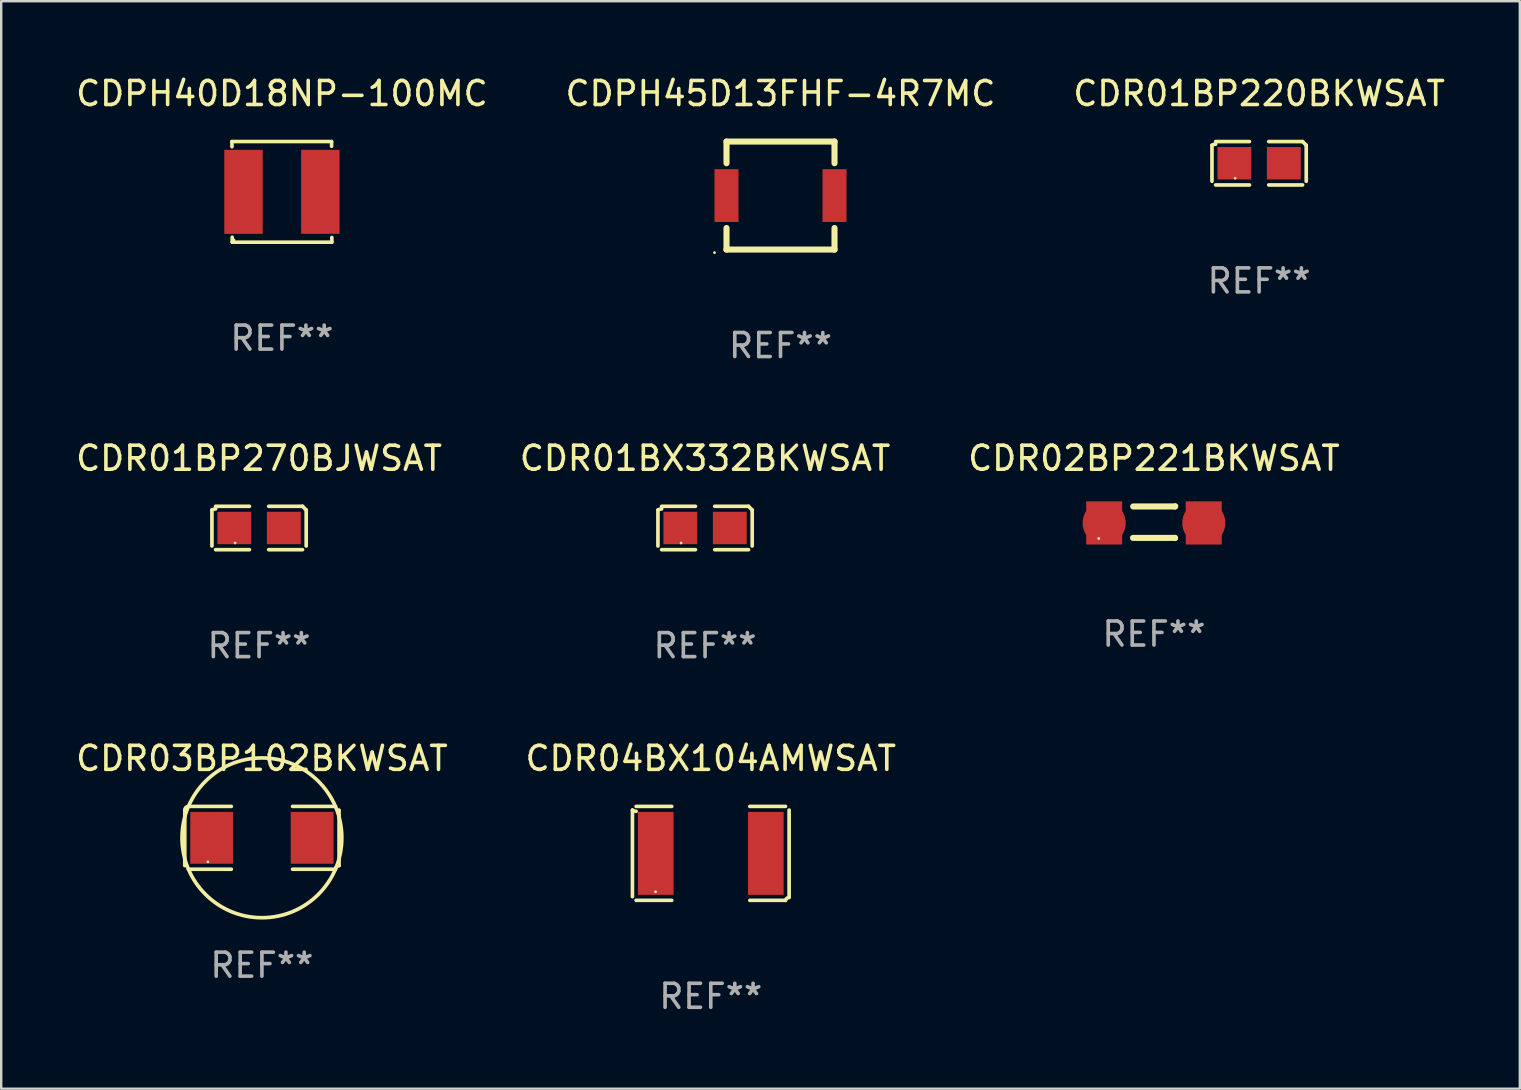
<source format=kicad_pcb>
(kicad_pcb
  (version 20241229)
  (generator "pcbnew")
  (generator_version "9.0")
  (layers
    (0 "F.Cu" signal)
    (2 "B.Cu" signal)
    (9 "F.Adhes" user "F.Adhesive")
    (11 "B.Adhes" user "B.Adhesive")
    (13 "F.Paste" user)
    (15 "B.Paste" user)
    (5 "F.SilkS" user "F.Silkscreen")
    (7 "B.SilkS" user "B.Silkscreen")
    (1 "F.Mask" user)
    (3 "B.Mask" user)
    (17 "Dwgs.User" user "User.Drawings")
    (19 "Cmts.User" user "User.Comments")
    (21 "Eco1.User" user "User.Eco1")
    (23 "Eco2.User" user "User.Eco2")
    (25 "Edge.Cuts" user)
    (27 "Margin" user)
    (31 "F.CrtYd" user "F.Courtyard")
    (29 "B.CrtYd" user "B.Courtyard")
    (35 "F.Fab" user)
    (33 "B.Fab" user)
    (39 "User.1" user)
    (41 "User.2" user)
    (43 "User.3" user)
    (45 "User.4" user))
  (footprint "CDR01BX332BKWSAT"
    (layer "F.Cu")
    (at 26.327 18.949)
    (property "Reference" "CDR01BX332BKWSAT" (at 0 -2.904 0) (layer "F.SilkS") (effects (font (size 1 1) (thickness 0.15))))
    (attr through_hole)
    (fp_line (start -1.964 0.751) (end -1.964 -0.751) (stroke (width 0.152) (type solid)) (layer "F.SilkS"))
    (fp_line (start -1.811 -0.904) (end -0.401 -0.904) (stroke (width 0.152) (type solid)) (layer "F.SilkS"))
    (fp_line (start -0.401 0.904) (end -1.811 0.904) (stroke (width 0.152) (type solid)) (layer "F.SilkS"))
    (fp_line (start 0.401 0.904) (end 1.811 0.904) (stroke (width 0.152) (type solid)) (layer "F.SilkS"))
    (fp_line (start 1.811 -0.904) (end 0.401 -0.904) (stroke (width 0.152) (type solid)) (layer "F.SilkS"))
    (fp_line (start 1.964 0.751) (end 1.964 -0.751) (stroke (width 0.152) (type solid)) (layer "F.SilkS"))
    (fp_arc (start -1.963602 -0.751207) (mid -1.890354 -0.783131) (end -1.811201 -0.794044) (stroke (width 0.1524) (type solid)) (layer "F.SilkS"))
    (fp_arc (start 1.811202 -0.903607) (mid 1.887413 -0.827418) (end 1.963602 -0.751207) (stroke (width 0.1524) (type solid)) (layer "F.SilkS"))
    (fp_circle (center -1 0.625) (end -0.97 0.625) (stroke (width 0.06) (type solid)) (fill no) (layer "F.SilkS"))
    (fp_text user "REF**" (at 0 4.904 0) (layer "F.Fab") (effects (font (size 1 1) (thickness 0.15))))
    (pad "1" smd rect (at -1.03 0) (size 1.41 1.35) (layers "F.Cu" "F.Mask" "F.Paste"))
    (pad "2" smd rect (at 1.03 0) (size 1.41 1.35) (layers "F.Cu" "F.Mask" "F.Paste")))
  (footprint "CDPH40D18NP-100MC"
    (layer "F.Cu")
    (at 8.696 4.944)
    (property "Reference" "CDPH40D18NP-100MC" (at 0 -4.096 0) (layer "F.SilkS") (effects (font (size 1 1) (thickness 0.15))))
    (attr through_hole)
    (fp_line (start -2.083 -2.096) (end -2.08 -1.88) (stroke (width 0.15) (type solid)) (layer "F.SilkS"))
    (fp_line (start -2.07 1.89) (end -2.07 2.096) (stroke (width 0.15) (type solid)) (layer "F.SilkS"))
    (fp_line (start -2.07 2.096) (end 2.083 2.096) (stroke (width 0.15) (type solid)) (layer "F.SilkS"))
    (fp_line (start 2.07 -1.9) (end 2.07 -2.096) (stroke (width 0.15) (type solid)) (layer "F.SilkS"))
    (fp_line (start 2.07 -2.096) (end -2.083 -2.096) (stroke (width 0.15) (type solid)) (layer "F.SilkS"))
    (fp_line (start 2.083 2.096) (end 2.08 1.9) (stroke (width 0.15) (type solid)) (layer "F.SilkS"))
    (fp_circle (center -2 2) (end -1.97 2) (stroke (width 0.06) (type solid)) (fill no) (layer "F.SilkS"))
    (fp_text user "REF**" (at 0 6.096 0) (layer "F.Fab") (effects (font (size 1 1) (thickness 0.15))))
    (pad "1" smd rect (at -1.6 -0.000343) (size 1.6 3.5) (layers "F.Cu" "F.Mask" "F.Paste"))
    (pad "2" smd rect (at 1.6 -0.000343) (size 1.6 3.5) (layers "F.Cu" "F.Mask" "F.Paste")))
  (footprint "CDPH45D13FHF-4R7MC"
    (layer "F.Cu")
    (at 29.47 5.099)
    (property "Reference" "CDPH45D13FHF-4R7MC" (at 0 -4.25 0) (layer "F.SilkS") (effects (font (size 1 1) (thickness 0.15))))
    (attr through_hole)
    (fp_line (start -2.25 -2.25) (end 2.25 -2.25) (stroke (width 0.254) (type solid)) (layer "F.SilkS"))
    (fp_line (start -2.25 -1.349) (end -2.25 -2.25) (stroke (width 0.254) (type solid)) (layer "F.SilkS"))
    (fp_line (start -2.25 2.25) (end -2.25 1.351) (stroke (width 0.254) (type solid)) (layer "F.SilkS"))
    (fp_line (start 2.25 -2.25) (end 2.25 -1.349) (stroke (width 0.254) (type solid)) (layer "F.SilkS"))
    (fp_line (start 2.25 1.351) (end 2.25 2.25) (stroke (width 0.254) (type solid)) (layer "F.SilkS"))
    (fp_line (start 2.25 2.25) (end -2.25 2.25) (stroke (width 0.254) (type solid)) (layer "F.SilkS"))
    (fp_circle (center -2.75 2.377) (end -2.72 2.377) (stroke (width 0.06) (type solid)) (fill no) (layer "F.SilkS"))
    (fp_text user "REF**" (at 0 6.25 0) (layer "F.Fab") (effects (font (size 1 1) (thickness 0.15))))
    (pad "1" smd rect (at -2.25 0) (size 1 2.2) (layers "F.Cu" "F.Mask" "F.Paste"))
    (pad "2" smd rect (at 2.25 0) (size 1 2.2) (layers "F.Cu" "F.Mask" "F.Paste")))
  (footprint "CDR04BX104AMWSAT"
    (layer "F.Cu")
    (at 26.565 32.506)
    (property "Reference" "CDR04BX104AMWSAT" (at 0 -3.957 0) (layer "F.SilkS") (effects (font (size 1 1) (thickness 0.15))))
    (attr through_hole)
    (fp_line (start -3.264 1.804) (end -3.264 -1.804) (stroke (width 0.152) (type solid)) (layer "F.SilkS"))
    (fp_line (start -3.111 -1.957) (end -1.626 -1.957) (stroke (width 0.152) (type solid)) (layer "F.SilkS"))
    (fp_line (start -1.626 1.957) (end -3.111 1.957) (stroke (width 0.152) (type solid)) (layer "F.SilkS"))
    (fp_line (start 1.626 1.957) (end 3.111 1.957) (stroke (width 0.152) (type solid)) (layer "F.SilkS"))
    (fp_line (start 3.111 -1.957) (end 1.626 -1.957) (stroke (width 0.152) (type solid)) (layer "F.SilkS"))
    (fp_line (start 3.264 1.804) (end 3.264 -1.804) (stroke (width 0.152) (type solid)) (layer "F.SilkS"))
    (fp_arc (start -3.111202 -1.752192) (mid -3.191715 -1.76555) (end -3.263602 -1.804191) (stroke (width 0.1524) (type solid)) (layer "F.SilkS"))
    (fp_arc (start 3.111201 1.956591) (mid 3.167789 1.872777) (end 3.263602 1.840424) (stroke (width 0.1524) (type solid)) (layer "F.SilkS"))
    (fp_circle (center -2.3 1.6) (end -2.27 1.6) (stroke (width 0.06) (type solid)) (fill no) (layer "F.SilkS"))
    (fp_text user "REF**" (at 0 5.957 0) (layer "F.Fab") (effects (font (size 1 1) (thickness 0.15))))
    (pad "1" smd rect (at -2.293 0) (size 1.485 3.456) (layers "F.Cu" "F.Mask" "F.Paste"))
    (pad "2" smd rect (at 2.293 0) (size 1.485 3.456) (layers "F.Cu" "F.Mask" "F.Paste")))
  (footprint "CDR01BP270BJWSAT"
    (layer "F.Cu")
    (at 7.744 18.949)
    (property "Reference" "CDR01BP270BJWSAT" (at 0 -2.904 0) (layer "F.SilkS") (effects (font (size 1 1) (thickness 0.15))))
    (attr through_hole)
    (fp_line (start -1.964 0.751) (end -1.964 -0.751) (stroke (width 0.152) (type solid)) (layer "F.SilkS"))
    (fp_line (start -1.811 -0.904) (end -0.401 -0.904) (stroke (width 0.152) (type solid)) (layer "F.SilkS"))
    (fp_line (start -0.401 0.904) (end -1.811 0.904) (stroke (width 0.152) (type solid)) (layer "F.SilkS"))
    (fp_line (start 0.401 0.904) (end 1.811 0.904) (stroke (width 0.152) (type solid)) (layer "F.SilkS"))
    (fp_line (start 1.811 -0.904) (end 0.401 -0.904) (stroke (width 0.152) (type solid)) (layer "F.SilkS"))
    (fp_line (start 1.964 0.751) (end 1.964 -0.751) (stroke (width 0.152) (type solid)) (layer "F.SilkS"))
    (fp_arc (start -1.963602 -0.751207) (mid -1.890354 -0.783131) (end -1.811201 -0.794044) (stroke (width 0.1524) (type solid)) (layer "F.SilkS"))
    (fp_arc (start 1.811202 -0.903607) (mid 1.887413 -0.827418) (end 1.963602 -0.751207) (stroke (width 0.1524) (type solid)) (layer "F.SilkS"))
    (fp_circle (center -1 0.625) (end -0.97 0.625) (stroke (width 0.06) (type solid)) (fill no) (layer "F.SilkS"))
    (fp_text user "REF**" (at 0 4.904 0) (layer "F.Fab") (effects (font (size 1 1) (thickness 0.15))))
    (pad "1" smd rect (at -1.03 0) (size 1.41 1.35) (layers "F.Cu" "F.Mask" "F.Paste"))
    (pad "2" smd rect (at 1.03 0) (size 1.41 1.35) (layers "F.Cu" "F.Mask" "F.Paste")))
  (footprint "CDR01BP220BKWSAT"
    (layer "F.Cu")
    (at 49.411 3.752)
    (property "Reference" "CDR01BP220BKWSAT" (at 0 -2.904 0) (layer "F.SilkS") (effects (font (size 1 1) (thickness 0.15))))
    (attr through_hole)
    (fp_line (start -1.964 0.751) (end -1.964 -0.751) (stroke (width 0.152) (type solid)) (layer "F.SilkS"))
    (fp_line (start -1.811 -0.904) (end -0.401 -0.904) (stroke (width 0.152) (type solid)) (layer "F.SilkS"))
    (fp_line (start -0.401 0.904) (end -1.811 0.904) (stroke (width 0.152) (type solid)) (layer "F.SilkS"))
    (fp_line (start 0.401 0.904) (end 1.811 0.904) (stroke (width 0.152) (type solid)) (layer "F.SilkS"))
    (fp_line (start 1.811 -0.904) (end 0.401 -0.904) (stroke (width 0.152) (type solid)) (layer "F.SilkS"))
    (fp_line (start 1.964 0.751) (end 1.964 -0.751) (stroke (width 0.152) (type solid)) (layer "F.SilkS"))
    (fp_arc (start -1.963602 -0.751207) (mid -1.890354 -0.783131) (end -1.811201 -0.794044) (stroke (width 0.1524) (type solid)) (layer "F.SilkS"))
    (fp_arc (start 1.811202 -0.903607) (mid 1.887413 -0.827418) (end 1.963602 -0.751207) (stroke (width 0.1524) (type solid)) (layer "F.SilkS"))
    (fp_circle (center -1 0.625) (end -0.97 0.625) (stroke (width 0.06) (type solid)) (fill no) (layer "F.SilkS"))
    (fp_text user "REF**" (at 0 4.904 0) (layer "F.Fab") (effects (font (size 1 1) (thickness 0.15))))
    (pad "1" smd rect (at -1.03 0) (size 1.41 1.35) (layers "F.Cu" "F.Mask" "F.Paste"))
    (pad "2" smd rect (at 1.03 0) (size 1.41 1.35) (layers "F.Cu" "F.Mask" "F.Paste")))
  (footprint "CDR03BP102BKWSAT"
    (layer "F.Cu")
    (at 7.863 31.858)
    (property "Reference" "CDR03BP102BKWSAT" (at 0 -3.309 0) (layer "F.SilkS") (effects (font (size 1 1) (thickness 0.15))))
    (attr through_hole)
    (fp_line (start -3.214 -1.156) (end -3.214 1.156) (stroke (width 0.152) (type solid)) (layer "F.SilkS"))
    (fp_line (start -3.061 1.309) (end -1.276 1.309) (stroke (width 0.152) (type solid)) (layer "F.SilkS"))
    (fp_line (start -1.276 -1.309) (end -3.061 -1.309) (stroke (width 0.152) (type solid)) (layer "F.SilkS"))
    (fp_line (start 1.276 -1.309) (end 3.061 -1.309) (stroke (width 0.152) (type solid)) (layer "F.SilkS"))
    (fp_line (start 3.061 1.309) (end 1.276 1.309) (stroke (width 0.152) (type solid)) (layer "F.SilkS"))
    (fp_line (start 3.214 -1.156) (end 3.214 1.156) (stroke (width 0.152) (type solid)) (layer "F.SilkS"))
    (fp_arc (start -3.21359 -1.15621) (mid -3.168953 -1.263974) (end -3.061189 -1.308611) (stroke (width 0.1524) (type solid)) (layer "F.SilkS"))
    (fp_arc (start 3.061188 1.308611) (mid 3.105825 1.200847) (end 3.213589 1.15621) (stroke (width 0.1524) (type solid)) (layer "F.SilkS"))
    (fp_arc (start 3.061189 -1.308611) (mid -3.061167 1.308589) (end 3.061189 -1.308611) (stroke (width 0.1524) (type solid)) (layer "F.SilkS"))
    (fp_circle (center -2.25 1) (end -2.22 1) (stroke (width 0.06) (type solid)) (fill no) (layer "F.SilkS"))
    (fp_text user "REF**" (at 0 5.309 0) (layer "F.Fab") (effects (font (size 1 1) (thickness 0.15))))
    (pad "1" smd rect (at -2.092 0) (size 1.785 2.16) (layers "F.Cu" "F.Mask" "F.Paste"))
    (pad "2" smd rect (at 2.092 0) (size 1.785 2.16) (layers "F.Cu" "F.Mask" "F.Paste")))
  (footprint "CDR02BP221BKWSAT"
    (layer "F.Cu")
    (at 45.03 18.707)
    (property "Reference" "CDR02BP221BKWSAT" (at 0 -2.662 0) (layer "F.SilkS") (effects (font (size 1 1) (thickness 0.15))))
    (attr through_hole)
    (fp_line (start -0.872 0.655) (end 0.873 0.655) (stroke (width 0.254) (type solid)) (layer "F.SilkS"))
    (fp_line (start -0.865 -0.655) (end 0.88 -0.655) (stroke (width 0.254) (type solid)) (layer "F.SilkS"))
    (fp_line (start 0.873 0.655) (end 0.88 0.662) (stroke (width 0.254) (type solid)) (layer "F.SilkS"))
    (fp_line (start 0.88 -0.655) (end 0.886 -0.662) (stroke (width 0.254) (type solid)) (layer "F.SilkS"))
    (fp_circle (center -2.3 0.68) (end -2.27 0.68) (stroke (width 0.06) (type solid)) (fill no) (layer "F.SilkS"))
    (fp_text user "REF**" (at 0 4.662 0) (layer "F.Fab") (effects (font (size 1 1) (thickness 0.15))))
    (pad "1" smd custom (at -2.075 0.03 90) (size 1.8 1.5) (layers "F.Cu" "F.Mask" "F.Paste") (options (anchor circle)) (primitives (gr_poly (pts (xy -0.9 0.75) (xy -0.9 -0.75) (xy 0.9 -0.75) (xy 0.9 0.75)) (width 0) (fill yes))))
    (pad "2" smd custom (at 2.075 0.03 90) (size 1.8 1.5) (layers "F.Cu" "F.Mask" "F.Paste") (options (anchor circle)) (primitives (gr_poly (pts (xy -0.9 0.75) (xy -0.9 -0.75) (xy 0.9 -0.75) (xy 0.9 0.75)) (width 0) (fill yes)))))
  (gr_rect
    (start -3 -3)
    (end 60.274 42.311)
    (stroke (width 0.1) (type default))
    (fill no)
    (layer "Edge.Cuts")))
</source>
